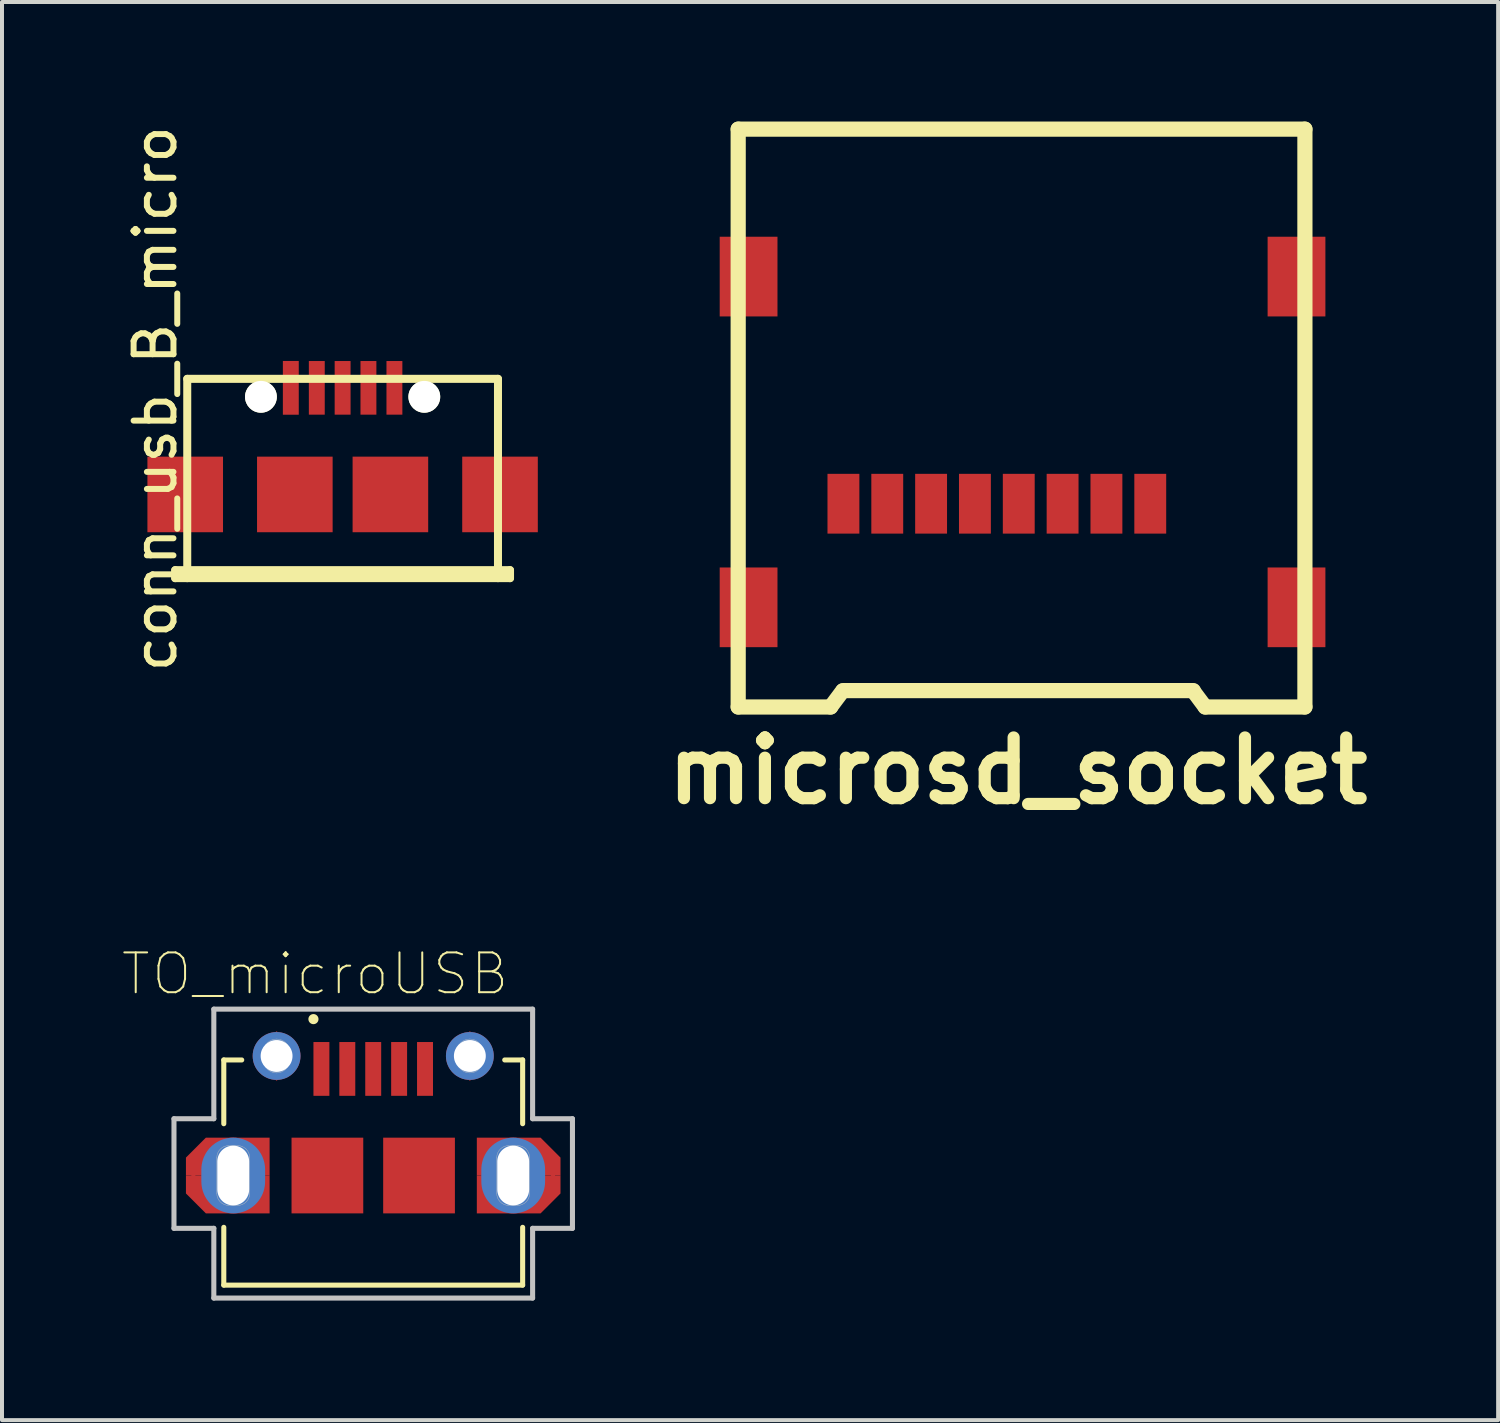
<source format=kicad_pcb>
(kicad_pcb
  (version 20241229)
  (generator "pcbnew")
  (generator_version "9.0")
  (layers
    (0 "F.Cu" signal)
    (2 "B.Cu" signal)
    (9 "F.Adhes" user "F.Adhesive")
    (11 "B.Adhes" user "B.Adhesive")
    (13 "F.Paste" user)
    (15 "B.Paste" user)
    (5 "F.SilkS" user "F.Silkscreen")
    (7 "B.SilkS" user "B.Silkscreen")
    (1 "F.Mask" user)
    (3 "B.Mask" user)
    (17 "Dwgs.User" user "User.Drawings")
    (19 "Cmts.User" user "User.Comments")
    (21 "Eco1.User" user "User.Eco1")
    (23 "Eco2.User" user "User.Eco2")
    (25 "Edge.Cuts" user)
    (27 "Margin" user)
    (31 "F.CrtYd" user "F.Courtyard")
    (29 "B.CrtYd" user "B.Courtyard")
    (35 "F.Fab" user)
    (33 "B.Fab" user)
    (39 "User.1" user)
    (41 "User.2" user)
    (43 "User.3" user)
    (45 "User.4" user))
  (footprint "microsd_socket"
    (layer "F.Cu")
    (at 15.736 12.191)
    (property "Reference" "microsd_socket" (at 6.76 4.1 0) (layer "F.SilkS") (effects (font (size 1.524 1.524) (thickness 0.305))))
    (attr through_hole)
    (fp_line (start -0.261 -12) (end -0.261 2.5) (stroke (width 0.381) (type solid)) (layer "F.SilkS"))
    (fp_line (start 2.061 2.501) (end -0.261 2.501) (stroke (width 0.381) (type solid)) (layer "F.SilkS"))
    (fp_line (start 2.358 2.1) (end 2.058 2.501) (stroke (width 0.381) (type solid)) (layer "F.SilkS"))
    (fp_line (start 2.37 2.09) (end 11.16 2.09) (stroke (width 0.381) (type solid)) (layer "F.SilkS"))
    (fp_line (start 11.459 2.501) (end 11.159 2.1) (stroke (width 0.381) (type solid)) (layer "F.SilkS"))
    (fp_line (start 11.459 2.501) (end 13.961 2.501) (stroke (width 0.381) (type solid)) (layer "F.SilkS"))
    (fp_line (start 13.961 -12) (end -0.261 -12) (stroke (width 0.381) (type solid)) (layer "F.SilkS"))
    (fp_line (start 13.961 2.5) (end 13.961 -12) (stroke (width 0.381) (type solid)) (layer "F.SilkS"))
    (pad "1" smd rect (at 10.08 -2.6) (size 0.8 1.5) (layers "F.Cu" "F.Mask" "F.Paste"))
    (pad "2" smd rect (at 8.98 -2.6) (size 0.8 1.5) (layers "F.Cu" "F.Mask" "F.Paste"))
    (pad "3" smd rect (at 7.88 -2.6) (size 0.8 1.5) (layers "F.Cu" "F.Mask" "F.Paste"))
    (pad "4" smd rect (at 6.78 -2.6) (size 0.8 1.5) (layers "F.Cu" "F.Mask" "F.Paste"))
    (pad "5" smd rect (at 5.68 -2.6) (size 0.8 1.5) (layers "F.Cu" "F.Mask" "F.Paste"))
    (pad "6" smd rect (at 4.58 -2.6) (size 0.8 1.5) (layers "F.Cu" "F.Mask" "F.Paste"))
    (pad "7" smd rect (at 3.48 -2.6) (size 0.8 1.5) (layers "F.Cu" "F.Mask" "F.Paste"))
    (pad "8" smd rect (at 2.38 -2.6) (size 0.8 1.5) (layers "F.Cu" "F.Mask" "F.Paste"))
    (pad "S" smd rect (at 0 -8.3) (size 1.45 2) (layers "F.Cu" "F.Mask" "F.Paste"))
    (pad "S" smd rect (at 0 0) (size 1.45 2) (layers "F.Cu" "F.Mask" "F.Paste"))
    (pad "S" smd rect (at 13.75 -8.3) (size 1.45 2) (layers "F.Cu" "F.Mask" "F.Paste"))
    (pad "S" smd rect (at 13.75 0) (size 1.45 2) (layers "F.Cu" "F.Mask" "F.Paste")))
  (footprint "TO_microUSB"
    (layer "F.Cu")
    (at 6.316 23.775)
    (property "Reference" "TO_microUSB" (at -1.46 -2.385 0) (layer "F.SilkS") (effects (font (size 1 1) (thickness 0.05))))
    (attr smd)
    (fp_poly (pts (xy -2.425 -0.75) (xy -2.425 -0.95) (xy -1.9 -0.425) (xy -1.9 -0.225) (xy -2.425 0.3) (xy -2.425 0.1) (xy -2.1 -0.225) (xy -2.1 -0.425)) (stroke (width 0) (type solid)) (fill yes) (layer "F.Cu"))
    (fp_poly (pts (xy -2.425 0.1) (xy -2.425 0.3) (xy -2.95 -0.225) (xy -2.95 -0.425) (xy -2.425 -0.95) (xy -2.425 -0.75) (xy -2.75 -0.425) (xy -2.75 -0.225)) (stroke (width 0) (type solid)) (fill yes) (layer "F.Cu"))
    (fp_poly (pts (xy 2.425 -0.75) (xy 2.425 -0.95) (xy 2.95 -0.425) (xy 2.95 -0.225) (xy 2.425 0.3) (xy 2.425 0.1) (xy 2.75 -0.225) (xy 2.75 -0.425)) (stroke (width 0) (type solid)) (fill yes) (layer "F.Cu"))
    (fp_poly (pts (xy 2.425 0.1) (xy 2.425 0.3) (xy 1.9 -0.225) (xy 1.9 -0.425) (xy 2.425 -0.95) (xy 2.425 -0.75) (xy 2.1 -0.425) (xy 2.1 -0.225)) (stroke (width 0) (type solid)) (fill yes) (layer "F.Cu"))
    (fp_poly (pts (xy -3.1 2.675) (xy -2.6 2.675) (xy -2.6 3.625) (xy -4.2 3.625) (xy -4.7 3.125) (xy -4.7 2.675) (xy -3.925 2.675) (xy -3.925 3.15) (xy -3.65 3.425) (xy -3.4 3.425) (xy -3.1 3.125)) (stroke (width 0) (type solid)) (fill yes) (layer "F.Cu"))
    (fp_poly (pts (xy -2.6 1.725) (xy -4.2 1.725) (xy -4.7 2.225) (xy -4.7 2.675) (xy -3.925 2.675) (xy -3.925 2.225) (xy -3.625 1.925) (xy -3.4 1.925) (xy -3.1 2.225) (xy -3.1 2.675) (xy -2.6 2.675)) (stroke (width 0) (type solid)) (fill yes) (layer "F.Cu"))
    (fp_poly (pts (xy 2.6 3.625) (xy 4.2 3.625) (xy 4.7 3.125) (xy 4.7 2.675) (xy 3.925 2.675) (xy 3.925 3.125) (xy 3.625 3.425) (xy 3.4 3.425) (xy 3.1 3.125) (xy 3.1 2.675) (xy 2.6 2.675)) (stroke (width 0) (type solid)) (fill yes) (layer "F.Cu"))
    (fp_poly (pts (xy 3.1 2.675) (xy 2.6 2.675) (xy 2.6 1.725) (xy 4.2 1.725) (xy 4.7 2.225) (xy 4.7 2.675) (xy 3.925 2.675) (xy 3.925 2.2) (xy 3.65 1.925) (xy 3.4 1.925) (xy 3.1 2.225)) (stroke (width 0) (type solid)) (fill yes) (layer "F.Cu"))
    (fp_poly (pts (xy -4.8 1.625) (xy -2.5 1.625) (xy -2.5 3.725) (xy -4.8 3.725)) (stroke (width 0.381) (type solid)) (fill yes) (layer "F.Mask"))
    (fp_poly (pts (xy -3.05 -1.05) (xy -1.8 -1.05) (xy -1.8 0.4) (xy -3.05 0.4)) (stroke (width 0.381) (type solid)) (fill yes) (layer "F.Mask"))
    (fp_poly (pts (xy 1.8 -1.05) (xy 3.05 -1.05) (xy 3.05 0.4) (xy 1.8 0.4)) (stroke (width 0.381) (type solid)) (fill yes) (layer "F.Mask"))
    (fp_poly (pts (xy 2.5 1.625) (xy 4.8 1.625) (xy 4.8 3.725) (xy 2.5 3.725)) (stroke (width 0.381) (type solid)) (fill yes) (layer "F.Mask"))
    (fp_line (start -3.75 -0.225) (end -3.3 -0.225) (stroke (width 0.127) (type solid)) (layer "F.SilkS"))
    (fp_line (start -3.75 1.375) (end -3.75 -0.225) (stroke (width 0.127) (type solid)) (layer "F.SilkS"))
    (fp_line (start -3.75 5.425) (end -3.75 3.975) (stroke (width 0.127) (type solid)) (layer "F.SilkS"))
    (fp_line (start 3.3 -0.225) (end 3.75 -0.225) (stroke (width 0.127) (type solid)) (layer "F.SilkS"))
    (fp_line (start 3.75 -0.225) (end 3.75 1.375) (stroke (width 0.127) (type solid)) (layer "F.SilkS"))
    (fp_line (start 3.75 3.975) (end 3.75 5.425) (stroke (width 0.127) (type solid)) (layer "F.SilkS"))
    (fp_line (start 3.75 5.425) (end -3.75 5.425) (stroke (width 0.127) (type solid)) (layer "F.SilkS"))
    (fp_circle (center -1.5 -1.25) (end -1.373 -1.25) (stroke (width 0) (type solid)) (fill yes) (layer "F.SilkS"))
    (fp_poly (pts (xy -2.425 -0.75) (xy -2.425 -0.95) (xy -1.9 -0.425) (xy -1.9 -0.225) (xy -2.425 0.3) (xy -2.425 0.1) (xy -2.1 -0.225) (xy -2.1 -0.425)) (stroke (width 0) (type solid)) (fill yes) (layer "F.Paste"))
    (fp_poly (pts (xy -2.425 0.1) (xy -2.425 0.3) (xy -2.95 -0.225) (xy -2.95 -0.425) (xy -2.425 -0.95) (xy -2.425 -0.75) (xy -2.75 -0.425) (xy -2.75 -0.225)) (stroke (width 0) (type solid)) (fill yes) (layer "F.Paste"))
    (fp_poly (pts (xy 2.425 -0.75) (xy 2.425 -0.95) (xy 2.95 -0.425) (xy 2.95 -0.225) (xy 2.425 0.3) (xy 2.425 0.1) (xy 2.75 -0.225) (xy 2.75 -0.425)) (stroke (width 0) (type solid)) (fill yes) (layer "F.Paste"))
    (fp_poly (pts (xy 2.425 0.1) (xy 2.425 0.3) (xy 1.9 -0.225) (xy 1.9 -0.425) (xy 2.425 -0.95) (xy 2.425 -0.75) (xy 2.1 -0.425) (xy 2.1 -0.225)) (stroke (width 0) (type solid)) (fill yes) (layer "F.Paste"))
    (fp_poly (pts (xy -3.1 2.675) (xy -2.6 2.675) (xy -2.6 3.625) (xy -4.2 3.625) (xy -4.7 3.125) (xy -4.7 2.675) (xy -3.925 2.675) (xy -3.925 3.15) (xy -3.65 3.425) (xy -3.4 3.425) (xy -3.1 3.125)) (stroke (width 0) (type solid)) (fill yes) (layer "F.Paste"))
    (fp_poly (pts (xy -2.6 1.725) (xy -4.2 1.725) (xy -4.7 2.225) (xy -4.7 2.675) (xy -3.925 2.675) (xy -3.925 2.225) (xy -3.625 1.925) (xy -3.4 1.925) (xy -3.1 2.225) (xy -3.1 2.675) (xy -2.6 2.675)) (stroke (width 0) (type solid)) (fill yes) (layer "F.Paste"))
    (fp_poly (pts (xy 2.6 3.625) (xy 4.2 3.625) (xy 4.7 3.125) (xy 4.7 2.675) (xy 3.925 2.675) (xy 3.925 3.125) (xy 3.625 3.425) (xy 3.4 3.425) (xy 3.1 3.125) (xy 3.1 2.675) (xy 2.6 2.675)) (stroke (width 0) (type solid)) (fill yes) (layer "F.Paste"))
    (fp_poly (pts (xy 3.1 2.675) (xy 2.6 2.675) (xy 2.6 1.725) (xy 4.2 1.725) (xy 4.7 2.225) (xy 4.7 2.675) (xy 3.925 2.675) (xy 3.925 2.2) (xy 3.65 1.925) (xy 3.4 1.925) (xy 3.1 2.225)) (stroke (width 0) (type solid)) (fill yes) (layer "F.Paste"))
    (fp_line (start -5 1.25) (end -5 4) (stroke (width 0.127) (type solid)) (layer "Dwgs.User"))
    (fp_line (start -5 4) (end -4 4) (stroke (width 0.127) (type solid)) (layer "Dwgs.User"))
    (fp_line (start -4 -1.5) (end -4 1.25) (stroke (width 0.127) (type solid)) (layer "Dwgs.User"))
    (fp_line (start -4 1.25) (end -5 1.25) (stroke (width 0.127) (type solid)) (layer "Dwgs.User"))
    (fp_line (start -4 4) (end -4 5.75) (stroke (width 0.127) (type solid)) (layer "Dwgs.User"))
    (fp_line (start -4 5.75) (end 4 5.75) (stroke (width 0.127) (type solid)) (layer "Dwgs.User"))
    (fp_line (start -3.925 3.125) (end -3.925 2.225) (stroke (width 0.01) (type solid)) (layer "Dwgs.User"))
    (fp_line (start -3.625 1.925) (end -3.4 1.925) (stroke (width 0.01) (type solid)) (layer "Dwgs.User"))
    (fp_line (start -3.4 3.425) (end -3.625 3.425) (stroke (width 0.01) (type solid)) (layer "Dwgs.User"))
    (fp_line (start -3.1 2.225) (end -3.1 3.125) (stroke (width 0.01) (type solid)) (layer "Dwgs.User"))
    (fp_line (start -2.75 -0.225) (end -2.75 -0.425) (stroke (width 0.01) (type solid)) (layer "Dwgs.User"))
    (fp_line (start -2.1 -0.425) (end -2.1 -0.225) (stroke (width 0.01) (type solid)) (layer "Dwgs.User"))
    (fp_line (start 2.1 -0.225) (end 2.1 -0.425) (stroke (width 0.01) (type solid)) (layer "Dwgs.User"))
    (fp_line (start 2.75 -0.425) (end 2.75 -0.225) (stroke (width 0.01) (type solid)) (layer "Dwgs.User"))
    (fp_line (start 3.1 3.125) (end 3.1 2.225) (stroke (width 0.01) (type solid)) (layer "Dwgs.User"))
    (fp_line (start 3.4 1.925) (end 3.625 1.925) (stroke (width 0.01) (type solid)) (layer "Dwgs.User"))
    (fp_line (start 3.625 3.425) (end 3.4 3.425) (stroke (width 0.01) (type solid)) (layer "Dwgs.User"))
    (fp_line (start 3.925 2.225) (end 3.925 3.125) (stroke (width 0.01) (type solid)) (layer "Dwgs.User"))
    (fp_line (start 4 -1.5) (end -4 -1.5) (stroke (width 0.127) (type solid)) (layer "Dwgs.User"))
    (fp_line (start 4 1.25) (end 4 -1.5) (stroke (width 0.127) (type solid)) (layer "Dwgs.User"))
    (fp_line (start 4 4) (end 5 4) (stroke (width 0.127) (type solid)) (layer "Dwgs.User"))
    (fp_line (start 4 5.75) (end 4 4) (stroke (width 0.127) (type solid)) (layer "Dwgs.User"))
    (fp_line (start 5 1.25) (end 4 1.25) (stroke (width 0.127) (type solid)) (layer "Dwgs.User"))
    (fp_line (start 5 4) (end 5 1.25) (stroke (width 0.127) (type solid)) (layer "Dwgs.User"))
    (fp_arc (start -3.925 2.225) (mid -3.837132 2.012868) (end -3.625 1.925) (stroke (width 0.01) (type solid)) (layer "Dwgs.User"))
    (fp_arc (start -3.625 3.425) (mid -3.837132 3.337132) (end -3.925 3.125) (stroke (width 0.01) (type solid)) (layer "Dwgs.User"))
    (fp_arc (start -3.4 1.925) (mid -3.187868 2.012868) (end -3.1 2.225) (stroke (width 0.01) (type solid)) (layer "Dwgs.User"))
    (fp_arc (start -3.1 3.125) (mid -3.187868 3.337132) (end -3.4 3.425) (stroke (width 0.01) (type solid)) (layer "Dwgs.User"))
    (fp_arc (start -2.75 -0.425) (mid -2.65481 -0.65481) (end -2.425 -0.75) (stroke (width 0.01) (type solid)) (layer "Dwgs.User"))
    (fp_arc (start -2.425 -0.75) (mid -2.19519 -0.65481) (end -2.1 -0.425) (stroke (width 0.01) (type solid)) (layer "Dwgs.User"))
    (fp_arc (start -2.425 0.1) (mid -2.65481 0.00481) (end -2.75 -0.225) (stroke (width 0.01) (type solid)) (layer "Dwgs.User"))
    (fp_arc (start -2.1 -0.225) (mid -2.19519 0.00481) (end -2.425 0.1) (stroke (width 0.01) (type solid)) (layer "Dwgs.User"))
    (fp_arc (start 2.1 -0.425) (mid 2.19519 -0.65481) (end 2.425 -0.75) (stroke (width 0.01) (type solid)) (layer "Dwgs.User"))
    (fp_arc (start 2.425 -0.75) (mid 2.65481 -0.65481) (end 2.75 -0.425) (stroke (width 0.01) (type solid)) (layer "Dwgs.User"))
    (fp_arc (start 2.425 0.1) (mid 2.19519 0.00481) (end 2.1 -0.225) (stroke (width 0.01) (type solid)) (layer "Dwgs.User"))
    (fp_arc (start 2.75 -0.225) (mid 2.65481 0.00481) (end 2.425 0.1) (stroke (width 0.01) (type solid)) (layer "Dwgs.User"))
    (fp_arc (start 3.1 2.225) (mid 3.187868 2.012868) (end 3.4 1.925) (stroke (width 0.01) (type solid)) (layer "Dwgs.User"))
    (fp_arc (start 3.4 3.425) (mid 3.187868 3.337132) (end 3.1 3.125) (stroke (width 0.01) (type solid)) (layer "Dwgs.User"))
    (fp_arc (start 3.625 1.925) (mid 3.837132 2.012868) (end 3.925 2.225) (stroke (width 0.01) (type solid)) (layer "Dwgs.User"))
    (fp_arc (start 3.925 3.125) (mid 3.837132 3.337132) (end 3.625 3.425) (stroke (width 0.01) (type solid)) (layer "Dwgs.User"))
    (pad "" np_thru_hole oval (at -3.513 2.675) (size 1.6 1.9) (drill oval 0.8 1.5) (layers "*.Cu"))
    (pad "" np_thru_hole circle (at -2.425 -0.325) (size 1.2 1.2) (drill 0.8) (layers "*.Cu"))
    (pad "" np_thru_hole circle (at 2.425 -0.325) (size 1.2 1.2) (drill 0.8) (layers "*.Cu"))
    (pad "" np_thru_hole oval (at 3.513 2.675) (size 1.6 1.9) (drill oval 0.8 1.5) (layers "*.Cu"))
    (pad "1" smd rect (at -1.3 0) (size 0.4 1.35) (layers "F.Cu" "F.Mask" "F.Paste"))
    (pad "2" smd rect (at -0.65 0) (size 0.4 1.35) (layers "F.Cu" "F.Mask" "F.Paste"))
    (pad "3" smd rect (at 0 0) (size 0.4 1.35) (layers "F.Cu" "F.Mask" "F.Paste"))
    (pad "4" smd rect (at 0.65 0) (size 0.4 1.35) (layers "F.Cu" "F.Mask" "F.Paste"))
    (pad "5" smd rect (at 1.3 0) (size 0.4 1.35) (layers "F.Cu" "F.Mask" "F.Paste"))
    (pad "6" smd rect (at -1.15 2.675) (size 1.8 1.9) (layers "F.Cu" "F.Mask" "F.Paste"))
    (pad "6" smd rect (at 1.15 2.675) (size 1.8 1.9) (layers "F.Cu" "F.Mask" "F.Paste"))
    (pad "P1" smd rect (at -2.425 -0.85) (size 0.1 0.1) (layers "F.Cu" "F.Mask" "F.Paste"))
    (pad "P2" smd rect (at 2.425 -0.838) (size 0.1 0.1) (layers "F.Cu" "F.Mask" "F.Paste"))
    (pad "P3" smd rect (at -4.513 2.712) (size 0.1 0.1) (layers "F.Cu" "F.Mask" "F.Paste"))
    (pad "P6" smd rect (at 4.513 2.688) (size 0.1 0.1) (layers "F.Cu" "F.Mask" "F.Paste")))
  (footprint "conn_usb_B_micro"
    (layer "F.Cu")
    (at 5.548 9.358)
    (property "Reference" "conn_usb_B_micro" (at -4.7 -2.4 90) (layer "F.SilkS") (effects (font (size 1 1) (thickness 0.15))))
    (attr through_hole)
    (fp_line (start -4.201 1.9) (end -4.201 2.101) (stroke (width 0.201) (type solid)) (layer "F.SilkS"))
    (fp_line (start -4.201 1.999) (end 4.201 1.999) (stroke (width 0.201) (type solid)) (layer "F.SilkS"))
    (fp_line (start -4.201 2.101) (end 4.201 2.101) (stroke (width 0.201) (type solid)) (layer "F.SilkS"))
    (fp_line (start -3.899 -2.901) (end 3.899 -2.901) (stroke (width 0.201) (type solid)) (layer "F.SilkS"))
    (fp_line (start -3.899 2.101) (end -3.899 -2.901) (stroke (width 0.201) (type solid)) (layer "F.SilkS"))
    (fp_line (start 3.899 -2.901) (end 3.899 2.101) (stroke (width 0.201) (type solid)) (layer "F.SilkS"))
    (fp_line (start 4.201 1.9) (end -4.201 1.9) (stroke (width 0.201) (type solid)) (layer "F.SilkS"))
    (fp_line (start 4.201 2.101) (end 4.201 1.9) (stroke (width 0.201) (type solid)) (layer "F.SilkS"))
    (pad "" np_thru_hole circle (at -2.05 -2.45) (size 0.798 0.798) (drill 0.798) (layers "*.Cu" "*.Mask" "F.SilkS"))
    (pad "" np_thru_hole circle (at 2.05 -2.45) (size 0.798 0.798) (drill 0.798) (layers "*.Cu" "*.Mask" "F.SilkS"))
    (pad "1" smd rect (at -1.3 -2.675) (size 0.399 1.349) (layers "F.Cu" "F.Mask" "F.Paste"))
    (pad "2" smd rect (at -0.648 -2.675) (size 0.399 1.346) (layers "F.Cu" "F.Mask" "F.Paste"))
    (pad "3" smd rect (at 0 -2.675) (size 0.399 1.346) (layers "F.Cu" "F.Mask" "F.Paste"))
    (pad "4" smd rect (at 0.648 -2.675) (size 0.399 1.346) (layers "F.Cu" "F.Mask" "F.Paste"))
    (pad "5" smd rect (at 1.3 -2.675) (size 0.399 1.346) (layers "F.Cu" "F.Mask" "F.Paste"))
    (pad "6" smd rect (at -3.95 0) (size 1.897 1.897) (layers "F.Cu" "F.Mask" "F.Paste"))
    (pad "6" smd rect (at -1.199 0) (size 1.897 1.897) (layers "F.Cu" "F.Mask" "F.Paste"))
    (pad "6" smd rect (at 1.199 0) (size 1.897 1.897) (layers "F.Cu" "F.Mask" "F.Paste"))
    (pad "6" smd rect (at 3.95 0) (size 1.897 1.897) (layers "F.Cu" "F.Mask" "F.Paste")))
  (gr_rect
    (start -3 -3)
    (end 34.546 32.588)
    (stroke (width 0.1) (type default))
    (fill no)
    (layer "Edge.Cuts")))
</source>
